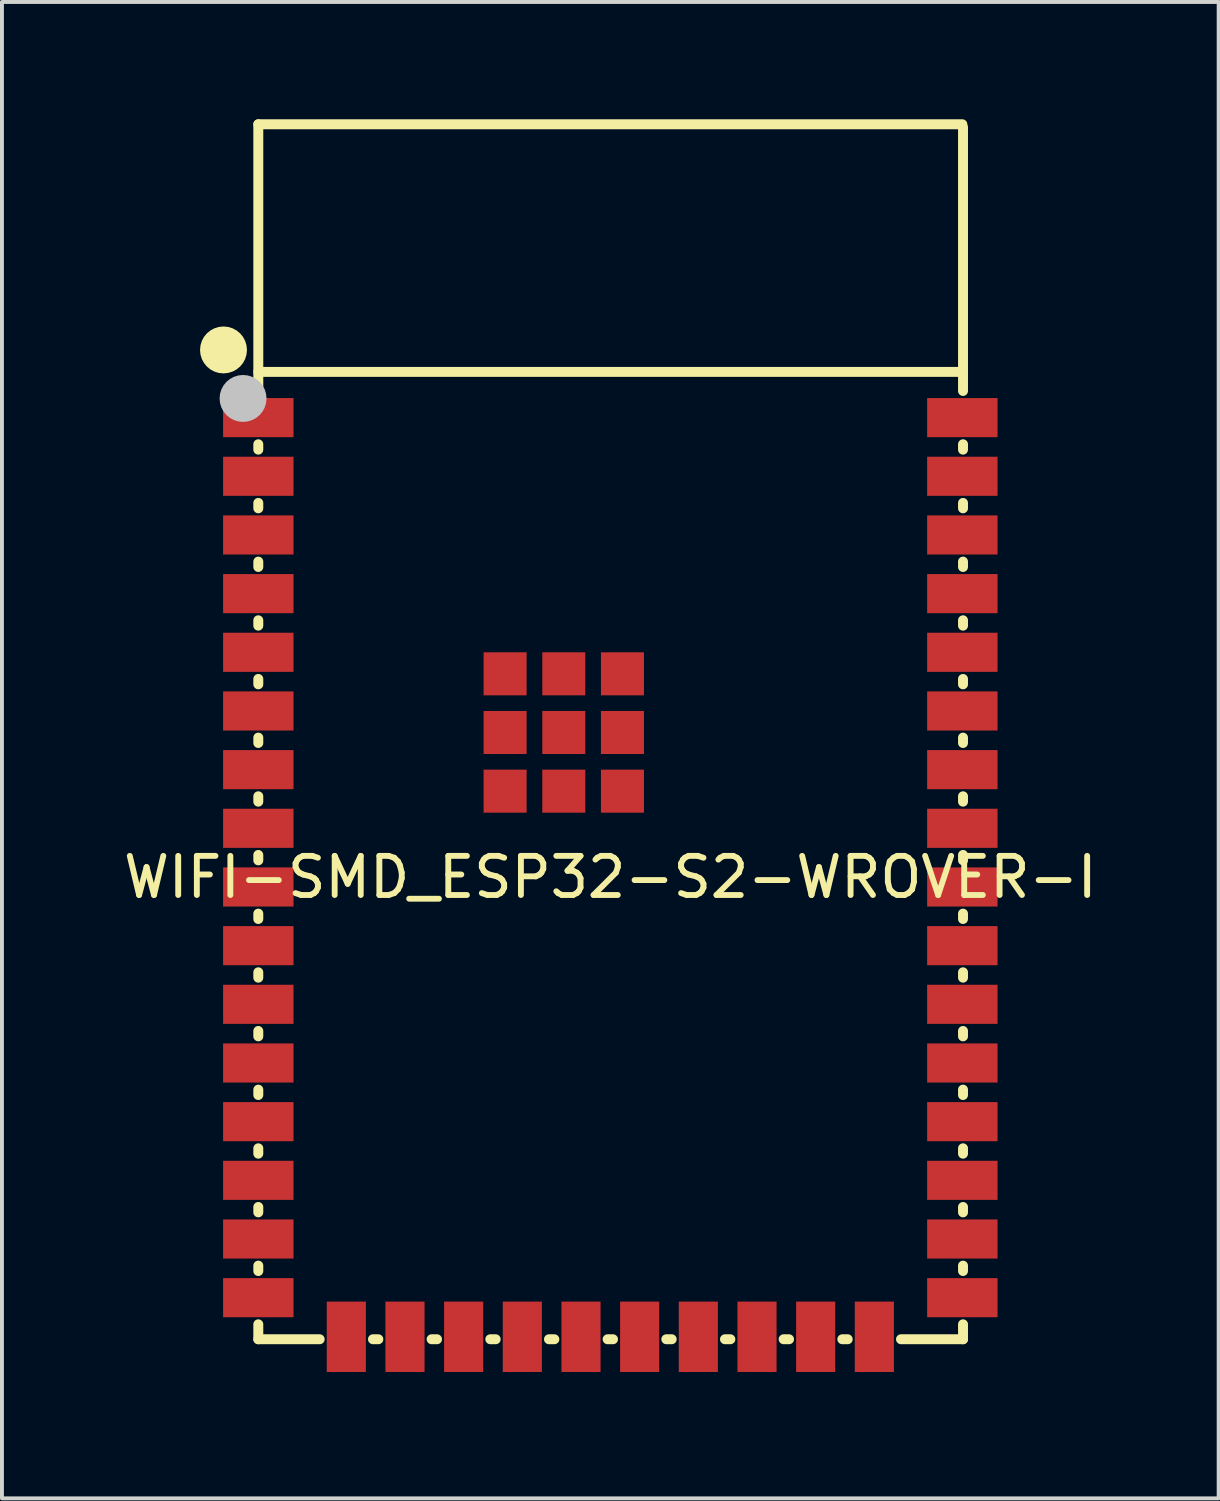
<source format=kicad_pcb>
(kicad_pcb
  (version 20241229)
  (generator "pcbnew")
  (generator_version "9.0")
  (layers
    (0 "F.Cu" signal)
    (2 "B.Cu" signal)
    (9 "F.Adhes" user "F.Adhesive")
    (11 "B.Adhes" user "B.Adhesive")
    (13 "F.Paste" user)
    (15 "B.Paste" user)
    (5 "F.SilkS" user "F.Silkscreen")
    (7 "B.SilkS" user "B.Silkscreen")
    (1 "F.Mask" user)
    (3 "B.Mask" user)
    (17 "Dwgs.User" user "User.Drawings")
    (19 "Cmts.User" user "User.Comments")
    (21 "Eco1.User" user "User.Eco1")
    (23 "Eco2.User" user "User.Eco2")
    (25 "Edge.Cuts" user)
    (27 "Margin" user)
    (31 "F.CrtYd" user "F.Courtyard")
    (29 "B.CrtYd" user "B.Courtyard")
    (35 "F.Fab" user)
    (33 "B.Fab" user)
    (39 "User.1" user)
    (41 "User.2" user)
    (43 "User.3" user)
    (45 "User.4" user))
  (footprint "WIFI-SMD_ESP32-S2-WROVER-I"
    (layer "F.Cu")
    (at 12.554 19.377)
    (property "Reference" "WIFI-SMD_ESP32-S2-WROVER-I" (at 0 0 0) (layer "F.SilkS") (effects (font (size 1 1) (thickness 0.15))))
    (fp_line (start -9 -19.25) (end -9 -12.431) (stroke (width 0.254) (type default)) (layer "F.SilkS"))
    (fp_line (start -9 -12.918) (end 9.017 -12.918) (stroke (width 0.254) (type default)) (layer "F.SilkS"))
    (fp_line (start -9 -11.069) (end -9 -10.931) (stroke (width 0.254) (type default)) (layer "F.SilkS"))
    (fp_line (start -9 -9.569) (end -9 -9.431) (stroke (width 0.254) (type default)) (layer "F.SilkS"))
    (fp_line (start -9 -8.069) (end -9 -7.931) (stroke (width 0.254) (type default)) (layer "F.SilkS"))
    (fp_line (start -9 -6.569) (end -9 -6.431) (stroke (width 0.254) (type default)) (layer "F.SilkS"))
    (fp_line (start -9 -5.069) (end -9 -4.931) (stroke (width 0.254) (type default)) (layer "F.SilkS"))
    (fp_line (start -9 -3.569) (end -9 -3.431) (stroke (width 0.254) (type default)) (layer "F.SilkS"))
    (fp_line (start -9 -2.069) (end -9 -1.931) (stroke (width 0.254) (type default)) (layer "F.SilkS"))
    (fp_line (start -9 -0.569) (end -9 -0.431) (stroke (width 0.254) (type default)) (layer "F.SilkS"))
    (fp_line (start -9 0.931) (end -9 1.069) (stroke (width 0.254) (type default)) (layer "F.SilkS"))
    (fp_line (start -9 2.431) (end -9 2.569) (stroke (width 0.254) (type default)) (layer "F.SilkS"))
    (fp_line (start -9 3.931) (end -9 4.069) (stroke (width 0.254) (type default)) (layer "F.SilkS"))
    (fp_line (start -9 5.431) (end -9 5.569) (stroke (width 0.254) (type default)) (layer "F.SilkS"))
    (fp_line (start -9 6.931) (end -9 7.069) (stroke (width 0.254) (type default)) (layer "F.SilkS"))
    (fp_line (start -9 8.431) (end -9 8.569) (stroke (width 0.254) (type default)) (layer "F.SilkS"))
    (fp_line (start -9 9.931) (end -9 10.069) (stroke (width 0.254) (type default)) (layer "F.SilkS"))
    (fp_line (start -9 11.431) (end -9 11.813) (stroke (width 0.254) (type default)) (layer "F.SilkS"))
    (fp_line (start -9 11.813) (end -7.431 11.813) (stroke (width 0.254) (type default)) (layer "F.SilkS"))
    (fp_line (start -6.069 11.813) (end -5.931 11.813) (stroke (width 0.254) (type default)) (layer "F.SilkS"))
    (fp_line (start -4.569 11.813) (end -4.431 11.813) (stroke (width 0.254) (type default)) (layer "F.SilkS"))
    (fp_line (start -3.069 11.813) (end -2.931 11.813) (stroke (width 0.254) (type default)) (layer "F.SilkS"))
    (fp_line (start -1.569 11.813) (end -1.431 11.813) (stroke (width 0.254) (type default)) (layer "F.SilkS"))
    (fp_line (start -0.069 11.813) (end 0.069 11.813) (stroke (width 0.254) (type default)) (layer "F.SilkS"))
    (fp_line (start 1.431 11.813) (end 1.569 11.813) (stroke (width 0.254) (type default)) (layer "F.SilkS"))
    (fp_line (start 2.931 11.813) (end 3.069 11.813) (stroke (width 0.254) (type default)) (layer "F.SilkS"))
    (fp_line (start 4.431 11.813) (end 4.569 11.813) (stroke (width 0.254) (type default)) (layer "F.SilkS"))
    (fp_line (start 5.931 11.813) (end 6.069 11.813) (stroke (width 0.254) (type default)) (layer "F.SilkS"))
    (fp_line (start 7.431 11.813) (end 9.017 11.813) (stroke (width 0.254) (type default)) (layer "F.SilkS"))
    (fp_line (start 9 -19.25) (end -9 -19.25) (stroke (width 0.254) (type default)) (layer "F.SilkS"))
    (fp_line (start 9.017 -12.431) (end 9.017 -19.175) (stroke (width 0.254) (type default)) (layer "F.SilkS"))
    (fp_line (start 9.017 -10.931) (end 9.017 -11.069) (stroke (width 0.254) (type default)) (layer "F.SilkS"))
    (fp_line (start 9.017 -9.431) (end 9.017 -9.569) (stroke (width 0.254) (type default)) (layer "F.SilkS"))
    (fp_line (start 9.017 -7.931) (end 9.017 -8.069) (stroke (width 0.254) (type default)) (layer "F.SilkS"))
    (fp_line (start 9.017 -6.431) (end 9.017 -6.569) (stroke (width 0.254) (type default)) (layer "F.SilkS"))
    (fp_line (start 9.017 -4.931) (end 9.017 -5.069) (stroke (width 0.254) (type default)) (layer "F.SilkS"))
    (fp_line (start 9.017 -3.431) (end 9.017 -3.569) (stroke (width 0.254) (type default)) (layer "F.SilkS"))
    (fp_line (start 9.017 -1.931) (end 9.017 -2.069) (stroke (width 0.254) (type default)) (layer "F.SilkS"))
    (fp_line (start 9.017 -0.431) (end 9.017 -0.569) (stroke (width 0.254) (type default)) (layer "F.SilkS"))
    (fp_line (start 9.017 1.069) (end 9.017 0.931) (stroke (width 0.254) (type default)) (layer "F.SilkS"))
    (fp_line (start 9.017 2.569) (end 9.017 2.431) (stroke (width 0.254) (type default)) (layer "F.SilkS"))
    (fp_line (start 9.017 4.069) (end 9.017 3.931) (stroke (width 0.254) (type default)) (layer "F.SilkS"))
    (fp_line (start 9.017 5.569) (end 9.017 5.431) (stroke (width 0.254) (type default)) (layer "F.SilkS"))
    (fp_line (start 9.017 7.069) (end 9.017 6.931) (stroke (width 0.254) (type default)) (layer "F.SilkS"))
    (fp_line (start 9.017 8.569) (end 9.017 8.431) (stroke (width 0.254) (type default)) (layer "F.SilkS"))
    (fp_line (start 9.017 10.069) (end 9.017 9.931) (stroke (width 0.254) (type default)) (layer "F.SilkS"))
    (fp_line (start 9.017 11.813) (end 9.017 11.431) (stroke (width 0.254) (type default)) (layer "F.SilkS"))
    (fp_circle (center -9.89 -13.48) (end -9.59 -13.48) (stroke (width 0.6) (type default)) (fill no) (layer "F.SilkS"))
    (fp_poly (pts (xy -3.24 -4.65) (xy -3.24 -5.75) (xy -2.14 -5.75) (xy -2.14 -4.65)) (stroke (width 0) (type default)) (fill yes) (layer "F.Paste"))
    (fp_poly (pts (xy -3.24 -3.15) (xy -3.24 -4.25) (xy -2.14 -4.25) (xy -2.14 -3.15)) (stroke (width 0) (type default)) (fill yes) (layer "F.Paste"))
    (fp_poly (pts (xy -3.24 -1.65) (xy -3.24 -2.75) (xy -2.14 -2.75) (xy -2.14 -1.65)) (stroke (width 0) (type default)) (fill yes) (layer "F.Paste"))
    (fp_poly (pts (xy -1.74 -4.65) (xy -1.74 -5.75) (xy -0.64 -5.75) (xy -0.64 -4.65)) (stroke (width 0) (type default)) (fill yes) (layer "F.Paste"))
    (fp_poly (pts (xy -1.74 -3.15) (xy -1.74 -4.25) (xy -0.64 -4.25) (xy -0.64 -3.15)) (stroke (width 0) (type default)) (fill yes) (layer "F.Paste"))
    (fp_poly (pts (xy -1.74 -1.65) (xy -1.74 -2.75) (xy -0.64 -2.75) (xy -0.64 -1.65)) (stroke (width 0) (type default)) (fill yes) (layer "F.Paste"))
    (fp_poly (pts (xy -0.24 -4.65) (xy -0.24 -5.75) (xy 0.86 -5.75) (xy 0.86 -4.65)) (stroke (width 0) (type default)) (fill yes) (layer "F.Paste"))
    (fp_poly (pts (xy -0.24 -3.15) (xy -0.24 -4.25) (xy 0.86 -4.25) (xy 0.86 -3.15)) (stroke (width 0) (type default)) (fill yes) (layer "F.Paste"))
    (fp_poly (pts (xy -0.24 -1.65) (xy -0.24 -2.75) (xy 0.86 -2.75) (xy 0.86 -1.65)) (stroke (width 0) (type default)) (fill yes) (layer "F.Paste"))
    (fp_poly (pts (xy -8.2 6.75) (xy -9.95 6.75) (xy -9.95 6.85) (xy -10.13 6.85) (xy -10.13 5.65) (xy -9.95 5.65) (xy -9.95 5.75) (xy -8.2 5.75)) (stroke (width 0) (type default)) (fill yes) (layer "F.Paste"))
    (fp_poly (pts (xy -8.2 8.25) (xy -9.95 8.25) (xy -9.95 8.35) (xy -10.13 8.35) (xy -10.13 7.15) (xy -9.95 7.15) (xy -9.95 7.25) (xy -8.2 7.25)) (stroke (width 0) (type default)) (fill yes) (layer "F.Paste"))
    (fp_poly (pts (xy -8.2 9.75) (xy -9.95 9.75) (xy -9.95 9.85) (xy -10.13 9.85) (xy -10.13 8.65) (xy -9.95 8.65) (xy -9.95 8.75) (xy -8.2 8.75)) (stroke (width 0) (type default)) (fill yes) (layer "F.Paste"))
    (fp_poly (pts (xy -8.2 -11.25) (xy -9.95 -11.25) (xy -9.95 -11.15) (xy -10.13 -11.15) (xy -10.13 -12.35) (xy -9.95 -12.35) (xy -9.95 -12.25) (xy -8.2 -12.25)) (stroke (width 0) (type default)) (fill yes) (layer "F.Paste"))
    (fp_poly (pts (xy -8.2 -9.75) (xy -9.95 -9.75) (xy -9.95 -9.65) (xy -10.13 -9.65) (xy -10.13 -10.85) (xy -9.95 -10.85) (xy -9.95 -10.75) (xy -8.2 -10.75)) (stroke (width 0) (type default)) (fill yes) (layer "F.Paste"))
    (fp_poly (pts (xy -8.2 -8.25) (xy -9.95 -8.25) (xy -9.95 -8.15) (xy -10.13 -8.15) (xy -10.13 -9.35) (xy -9.95 -9.35) (xy -9.95 -9.25) (xy -8.2 -9.25)) (stroke (width 0) (type default)) (fill yes) (layer "F.Paste"))
    (fp_poly (pts (xy -8.2 -6.75) (xy -9.95 -6.75) (xy -9.95 -6.65) (xy -10.13 -6.65) (xy -10.13 -7.85) (xy -9.95 -7.85) (xy -9.95 -7.75) (xy -8.2 -7.75)) (stroke (width 0) (type default)) (fill yes) (layer "F.Paste"))
    (fp_poly (pts (xy -8.2 -5.25) (xy -9.95 -5.25) (xy -9.95 -5.15) (xy -10.13 -5.15) (xy -10.13 -6.35) (xy -9.95 -6.35) (xy -9.95 -6.25) (xy -8.2 -6.25)) (stroke (width 0) (type default)) (fill yes) (layer "F.Paste"))
    (fp_poly (pts (xy -8.2 -3.75) (xy -9.95 -3.75) (xy -9.95 -3.65) (xy -10.13 -3.65) (xy -10.13 -4.85) (xy -9.95 -4.85) (xy -9.95 -4.75) (xy -8.2 -4.75)) (stroke (width 0) (type default)) (fill yes) (layer "F.Paste"))
    (fp_poly (pts (xy -8.2 -2.25) (xy -9.95 -2.25) (xy -9.95 -2.15) (xy -10.13 -2.15) (xy -10.13 -3.35) (xy -9.95 -3.35) (xy -9.95 -3.25) (xy -8.2 -3.25)) (stroke (width 0) (type default)) (fill yes) (layer "F.Paste"))
    (fp_poly (pts (xy -8.2 -0.75) (xy -9.95 -0.75) (xy -9.95 -0.65) (xy -10.13 -0.65) (xy -10.13 -1.85) (xy -9.95 -1.85) (xy -9.95 -1.75) (xy -8.2 -1.75)) (stroke (width 0) (type default)) (fill yes) (layer "F.Paste"))
    (fp_poly (pts (xy -8.2 0.75) (xy -9.95 0.75) (xy -9.95 0.85) (xy -10.13 0.85) (xy -10.13 -0.35) (xy -9.95 -0.35) (xy -9.95 -0.25) (xy -8.2 -0.25)) (stroke (width 0) (type default)) (fill yes) (layer "F.Paste"))
    (fp_poly (pts (xy -8.2 2.25) (xy -9.95 2.25) (xy -9.95 2.35) (xy -10.13 2.35) (xy -10.13 1.15) (xy -9.95 1.15) (xy -9.95 1.25) (xy -8.2 1.25)) (stroke (width 0) (type default)) (fill yes) (layer "F.Paste"))
    (fp_poly (pts (xy -8.2 3.75) (xy -9.95 3.75) (xy -9.95 3.85) (xy -10.13 3.85) (xy -10.13 2.65) (xy -9.95 2.65) (xy -9.95 2.75) (xy -8.2 2.75)) (stroke (width 0) (type default)) (fill yes) (layer "F.Paste"))
    (fp_poly (pts (xy -8.2 5.25) (xy -9.95 5.25) (xy -9.95 5.35) (xy -10.13 5.35) (xy -10.13 4.15) (xy -9.95 4.15) (xy -9.95 4.25) (xy -8.2 4.25)) (stroke (width 0) (type default)) (fill yes) (layer "F.Paste"))
    (fp_poly (pts (xy -8.2 11.25) (xy -9.95 11.25) (xy -9.95 11.35) (xy -10.13 11.35) (xy -10.13 10.15) (xy -9.95 10.15) (xy -9.95 10.25) (xy -8.2 10.25)) (stroke (width 0) (type default)) (fill yes) (layer "F.Paste"))
    (fp_poly (pts (xy -6.25 10.95) (xy -6.25 12.7) (xy -6.15 12.7) (xy -6.15 12.88) (xy -7.35 12.88) (xy -7.35 12.7) (xy -7.25 12.7) (xy -7.25 10.95)) (stroke (width 0) (type default)) (fill yes) (layer "F.Paste"))
    (fp_poly (pts (xy -4.75 10.95) (xy -4.75 12.7) (xy -4.65 12.7) (xy -4.65 12.88) (xy -5.85 12.88) (xy -5.85 12.7) (xy -5.75 12.7) (xy -5.75 10.95)) (stroke (width 0) (type default)) (fill yes) (layer "F.Paste"))
    (fp_poly (pts (xy -3.25 10.95) (xy -3.25 12.7) (xy -3.15 12.7) (xy -3.15 12.88) (xy -4.35 12.88) (xy -4.35 12.7) (xy -4.25 12.7) (xy -4.25 10.95)) (stroke (width 0) (type default)) (fill yes) (layer "F.Paste"))
    (fp_poly (pts (xy -1.75 10.95) (xy -1.75 12.7) (xy -1.65 12.7) (xy -1.65 12.88) (xy -2.85 12.88) (xy -2.85 12.7) (xy -2.75 12.7) (xy -2.75 10.95)) (stroke (width 0) (type default)) (fill yes) (layer "F.Paste"))
    (fp_poly (pts (xy -0.25 10.95) (xy -0.25 12.7) (xy -0.15 12.7) (xy -0.15 12.88) (xy -1.35 12.88) (xy -1.35 12.7) (xy -1.25 12.7) (xy -1.25 10.95)) (stroke (width 0) (type default)) (fill yes) (layer "F.Paste"))
    (fp_poly (pts (xy 1.25 10.95) (xy 1.25 12.7) (xy 1.35 12.7) (xy 1.35 12.88) (xy 0.15 12.88) (xy 0.15 12.7) (xy 0.25 12.7) (xy 0.25 10.95)) (stroke (width 0) (type default)) (fill yes) (layer "F.Paste"))
    (fp_poly (pts (xy 2.75 10.95) (xy 2.75 12.7) (xy 2.85 12.7) (xy 2.85 12.88) (xy 1.65 12.88) (xy 1.65 12.7) (xy 1.75 12.7) (xy 1.75 10.95)) (stroke (width 0) (type default)) (fill yes) (layer "F.Paste"))
    (fp_poly (pts (xy 4.25 10.95) (xy 4.25 12.7) (xy 4.35 12.7) (xy 4.35 12.88) (xy 3.15 12.88) (xy 3.15 12.7) (xy 3.25 12.7) (xy 3.25 10.95)) (stroke (width 0) (type default)) (fill yes) (layer "F.Paste"))
    (fp_poly (pts (xy 5.75 10.95) (xy 5.75 12.7) (xy 5.85 12.7) (xy 5.85 12.88) (xy 4.65 12.88) (xy 4.65 12.7) (xy 4.75 12.7) (xy 4.75 10.95)) (stroke (width 0) (type default)) (fill yes) (layer "F.Paste"))
    (fp_poly (pts (xy 7.25 10.95) (xy 7.25 12.7) (xy 7.35 12.7) (xy 7.35 12.88) (xy 6.15 12.88) (xy 6.15 12.7) (xy 6.25 12.7) (xy 6.25 10.95)) (stroke (width 0) (type default)) (fill yes) (layer "F.Paste"))
    (fp_poly (pts (xy 8.2 -12.25) (xy 9.95 -12.25) (xy 9.95 -12.35) (xy 10.13 -12.35) (xy 10.13 -11.15) (xy 9.95 -11.15) (xy 9.95 -11.25) (xy 8.2 -11.25)) (stroke (width 0) (type default)) (fill yes) (layer "F.Paste"))
    (fp_poly (pts (xy 8.2 -9.25) (xy 9.95 -9.25) (xy 9.95 -9.35) (xy 10.13 -9.35) (xy 10.13 -8.15) (xy 9.95 -8.15) (xy 9.95 -8.25) (xy 8.2 -8.25)) (stroke (width 0) (type default)) (fill yes) (layer "F.Paste"))
    (fp_poly (pts (xy 8.2 -7.75) (xy 9.95 -7.75) (xy 9.95 -7.85) (xy 10.13 -7.85) (xy 10.13 -6.65) (xy 9.95 -6.65) (xy 9.95 -6.75) (xy 8.2 -6.75)) (stroke (width 0) (type default)) (fill yes) (layer "F.Paste"))
    (fp_poly (pts (xy 8.2 -6.25) (xy 9.95 -6.25) (xy 9.95 -6.35) (xy 10.13 -6.35) (xy 10.13 -5.15) (xy 9.95 -5.15) (xy 9.95 -5.25) (xy 8.2 -5.25)) (stroke (width 0) (type default)) (fill yes) (layer "F.Paste"))
    (fp_poly (pts (xy 8.2 -4.75) (xy 9.95 -4.75) (xy 9.95 -4.85) (xy 10.13 -4.85) (xy 10.13 -3.65) (xy 9.95 -3.65) (xy 9.95 -3.75) (xy 8.2 -3.75)) (stroke (width 0) (type default)) (fill yes) (layer "F.Paste"))
    (fp_poly (pts (xy 8.2 -3.25) (xy 9.95 -3.25) (xy 9.95 -3.35) (xy 10.13 -3.35) (xy 10.13 -2.15) (xy 9.95 -2.15) (xy 9.95 -2.25) (xy 8.2 -2.25)) (stroke (width 0) (type default)) (fill yes) (layer "F.Paste"))
    (fp_poly (pts (xy 8.2 -1.75) (xy 9.95 -1.75) (xy 9.95 -1.85) (xy 10.13 -1.85) (xy 10.13 -0.65) (xy 9.95 -0.65) (xy 9.95 -0.75) (xy 8.2 -0.75)) (stroke (width 0) (type default)) (fill yes) (layer "F.Paste"))
    (fp_poly (pts (xy 8.2 -0.25) (xy 9.95 -0.25) (xy 9.95 -0.35) (xy 10.13 -0.35) (xy 10.13 0.85) (xy 9.95 0.85) (xy 9.95 0.75) (xy 8.2 0.75)) (stroke (width 0) (type default)) (fill yes) (layer "F.Paste"))
    (fp_poly (pts (xy 8.2 1.25) (xy 9.95 1.25) (xy 9.95 1.15) (xy 10.13 1.15) (xy 10.13 2.35) (xy 9.95 2.35) (xy 9.95 2.25) (xy 8.2 2.25)) (stroke (width 0) (type default)) (fill yes) (layer "F.Paste"))
    (fp_poly (pts (xy 8.2 2.75) (xy 9.95 2.75) (xy 9.95 2.65) (xy 10.13 2.65) (xy 10.13 3.85) (xy 9.95 3.85) (xy 9.95 3.75) (xy 8.2 3.75)) (stroke (width 0) (type default)) (fill yes) (layer "F.Paste"))
    (fp_poly (pts (xy 8.2 4.25) (xy 9.95 4.25) (xy 9.95 4.15) (xy 10.13 4.15) (xy 10.13 5.35) (xy 9.95 5.35) (xy 9.95 5.25) (xy 8.2 5.25)) (stroke (width 0) (type default)) (fill yes) (layer "F.Paste"))
    (fp_poly (pts (xy 8.2 5.75) (xy 9.95 5.75) (xy 9.95 5.65) (xy 10.13 5.65) (xy 10.13 6.85) (xy 9.95 6.85) (xy 9.95 6.75) (xy 8.2 6.75)) (stroke (width 0) (type default)) (fill yes) (layer "F.Paste"))
    (fp_poly (pts (xy 8.2 7.25) (xy 9.95 7.25) (xy 9.95 7.15) (xy 10.13 7.15) (xy 10.13 8.35) (xy 9.95 8.35) (xy 9.95 8.25) (xy 8.2 8.25)) (stroke (width 0) (type default)) (fill yes) (layer "F.Paste"))
    (fp_poly (pts (xy 8.2 8.75) (xy 9.95 8.75) (xy 9.95 8.65) (xy 10.13 8.65) (xy 10.13 9.85) (xy 9.95 9.85) (xy 9.95 9.75) (xy 8.2 9.75)) (stroke (width 0) (type default)) (fill yes) (layer "F.Paste"))
    (fp_poly (pts (xy 8.2 10.25) (xy 9.95 10.25) (xy 9.95 10.15) (xy 10.13 10.15) (xy 10.13 11.35) (xy 9.95 11.35) (xy 9.95 11.25) (xy 8.2 11.25)) (stroke (width 0) (type default)) (fill yes) (layer "F.Paste"))
    (fp_poly (pts (xy 8.2 -10.749) (xy 9.95 -10.749) (xy 9.95 -10.85) (xy 10.13 -10.85) (xy 10.13 -9.649) (xy 9.95 -9.649) (xy 9.95 -9.749) (xy 8.2 -9.749)) (stroke (width 0) (type default)) (fill yes) (layer "F.Paste"))
    (fp_circle (center -9.39 -12.24) (end -9.09 -12.24) (stroke (width 0.6) (type default)) (fill no) (layer "Dwgs.User"))
    (fp_poly (pts (xy -9 -12.175) (xy -8.1 -12.175) (xy -8.1 -11.325) (xy -9 -11.325)) (stroke (width 0.1) (type default)) (fill no) (layer "User.1"))
    (fp_poly (pts (xy -9 -10.675) (xy -8.1 -10.675) (xy -8.1 -9.825) (xy -9 -9.825)) (stroke (width 0.1) (type default)) (fill no) (layer "User.1"))
    (fp_poly (pts (xy -9 -9.175) (xy -8.1 -9.175) (xy -8.1 -8.325) (xy -9 -8.325)) (stroke (width 0.1) (type default)) (fill no) (layer "User.1"))
    (fp_poly (pts (xy -9 -7.675) (xy -8.1 -7.675) (xy -8.1 -6.825) (xy -9 -6.825)) (stroke (width 0.1) (type default)) (fill no) (layer "User.1"))
    (fp_poly (pts (xy -9 -6.175) (xy -8.1 -6.175) (xy -8.1 -5.325) (xy -9 -5.325)) (stroke (width 0.1) (type default)) (fill no) (layer "User.1"))
    (fp_poly (pts (xy -9 -4.675) (xy -8.1 -4.675) (xy -8.1 -3.825) (xy -9 -3.825)) (stroke (width 0.1) (type default)) (fill no) (layer "User.1"))
    (fp_poly (pts (xy -9 -3.175) (xy -8.1 -3.175) (xy -8.1 -2.325) (xy -9 -2.325)) (stroke (width 0.1) (type default)) (fill no) (layer "User.1"))
    (fp_poly (pts (xy -9 -1.675) (xy -8.1 -1.675) (xy -8.1 -0.825) (xy -9 -0.825)) (stroke (width 0.1) (type default)) (fill no) (layer "User.1"))
    (fp_poly (pts (xy -9 -0.175) (xy -8.1 -0.175) (xy -8.1 0.675) (xy -9 0.675)) (stroke (width 0.1) (type default)) (fill no) (layer "User.1"))
    (fp_poly (pts (xy -9 1.325) (xy -8.1 1.325) (xy -8.1 2.175) (xy -9 2.175)) (stroke (width 0.1) (type default)) (fill no) (layer "User.1"))
    (fp_poly (pts (xy -9 2.825) (xy -8.1 2.825) (xy -8.1 3.675) (xy -9 3.675)) (stroke (width 0.1) (type default)) (fill no) (layer "User.1"))
    (fp_poly (pts (xy -9 4.325) (xy -8.1 4.325) (xy -8.1 5.175) (xy -9 5.175)) (stroke (width 0.1) (type default)) (fill no) (layer "User.1"))
    (fp_poly (pts (xy -9 5.825) (xy -8.1 5.825) (xy -8.1 6.675) (xy -9 6.675)) (stroke (width 0.1) (type default)) (fill no) (layer "User.1"))
    (fp_poly (pts (xy -9 7.325) (xy -8.1 7.325) (xy -8.1 8.175) (xy -9 8.175)) (stroke (width 0.1) (type default)) (fill no) (layer "User.1"))
    (fp_poly (pts (xy -9 8.825) (xy -8.1 8.825) (xy -8.1 9.675) (xy -9 9.675)) (stroke (width 0.1) (type default)) (fill no) (layer "User.1"))
    (fp_poly (pts (xy -9 10.325) (xy -8.1 10.325) (xy -8.1 11.175) (xy -9 11.175)) (stroke (width 0.1) (type default)) (fill no) (layer "User.1"))
    (fp_poly (pts (xy -6.325 10.85) (xy -6.325 11.75) (xy -7.175 11.75) (xy -7.175 10.85)) (stroke (width 0.1) (type default)) (fill no) (layer "User.1"))
    (fp_poly (pts (xy -4.825 10.85) (xy -4.825 11.75) (xy -5.675 11.75) (xy -5.675 10.85)) (stroke (width 0.1) (type default)) (fill no) (layer "User.1"))
    (fp_poly (pts (xy -3.325 10.85) (xy -3.325 11.75) (xy -4.175 11.75) (xy -4.175 10.85)) (stroke (width 0.1) (type default)) (fill no) (layer "User.1"))
    (fp_poly (pts (xy -2.19 -5.7) (xy -2.19 -4.7) (xy -3.19 -4.7) (xy -3.19 -5.7)) (stroke (width 0.1) (type default)) (fill no) (layer "User.1"))
    (fp_poly (pts (xy -2.19 -4.2) (xy -2.19 -3.2) (xy -3.19 -3.2) (xy -3.19 -4.2)) (stroke (width 0.1) (type default)) (fill no) (layer "User.1"))
    (fp_poly (pts (xy -2.19 -2.7) (xy -2.19 -1.7) (xy -3.19 -1.7) (xy -3.19 -2.7)) (stroke (width 0.1) (type default)) (fill no) (layer "User.1"))
    (fp_poly (pts (xy -1.825 10.85) (xy -1.825 11.75) (xy -2.675 11.75) (xy -2.675 10.85)) (stroke (width 0.1) (type default)) (fill no) (layer "User.1"))
    (fp_poly (pts (xy -0.69 -5.7) (xy -0.69 -4.7) (xy -1.69 -4.7) (xy -1.69 -5.7)) (stroke (width 0.1) (type default)) (fill no) (layer "User.1"))
    (fp_poly (pts (xy -0.69 -4.2) (xy -0.69 -3.2) (xy -1.69 -3.2) (xy -1.69 -4.2)) (stroke (width 0.1) (type default)) (fill no) (layer "User.1"))
    (fp_poly (pts (xy -0.69 -2.7) (xy -0.69 -1.7) (xy -1.69 -1.7) (xy -1.69 -2.7)) (stroke (width 0.1) (type default)) (fill no) (layer "User.1"))
    (fp_poly (pts (xy -0.325 10.85) (xy -0.325 11.75) (xy -1.175 11.75) (xy -1.175 10.85)) (stroke (width 0.1) (type default)) (fill no) (layer "User.1"))
    (fp_poly (pts (xy 0.81 -5.7) (xy 0.81 -4.7) (xy -0.19 -4.7) (xy -0.19 -5.7)) (stroke (width 0.1) (type default)) (fill no) (layer "User.1"))
    (fp_poly (pts (xy 0.81 -4.2) (xy 0.81 -3.2) (xy -0.19 -3.2) (xy -0.19 -4.2)) (stroke (width 0.1) (type default)) (fill no) (layer "User.1"))
    (fp_poly (pts (xy 0.81 -2.7) (xy 0.81 -1.7) (xy -0.19 -1.7) (xy -0.19 -2.7)) (stroke (width 0.1) (type default)) (fill no) (layer "User.1"))
    (fp_poly (pts (xy 1.175 10.85) (xy 1.175 11.75) (xy 0.325 11.75) (xy 0.325 10.85)) (stroke (width 0.1) (type default)) (fill no) (layer "User.1"))
    (fp_poly (pts (xy 2.675 10.85) (xy 2.675 11.75) (xy 1.825 11.75) (xy 1.825 10.85)) (stroke (width 0.1) (type default)) (fill no) (layer "User.1"))
    (fp_poly (pts (xy 4.175 10.85) (xy 4.175 11.75) (xy 3.325 11.75) (xy 3.325 10.85)) (stroke (width 0.1) (type default)) (fill no) (layer "User.1"))
    (fp_poly (pts (xy 5.675 10.85) (xy 5.675 11.75) (xy 4.825 11.75) (xy 4.825 10.85)) (stroke (width 0.1) (type default)) (fill no) (layer "User.1"))
    (fp_poly (pts (xy 7.175 10.85) (xy 7.175 11.75) (xy 6.325 11.75) (xy 6.325 10.85)) (stroke (width 0.1) (type default)) (fill no) (layer "User.1"))
    (fp_poly (pts (xy 9 -11.325) (xy 8.1 -11.325) (xy 8.1 -12.175) (xy 9 -12.175)) (stroke (width 0.1) (type default)) (fill no) (layer "User.1"))
    (fp_poly (pts (xy 9 -9.825) (xy 8.1 -9.825) (xy 8.1 -10.675) (xy 9 -10.675)) (stroke (width 0.1) (type default)) (fill no) (layer "User.1"))
    (fp_poly (pts (xy 9 -8.325) (xy 8.1 -8.325) (xy 8.1 -9.175) (xy 9 -9.175)) (stroke (width 0.1) (type default)) (fill no) (layer "User.1"))
    (fp_poly (pts (xy 9 -6.825) (xy 8.1 -6.825) (xy 8.1 -7.675) (xy 9 -7.675)) (stroke (width 0.1) (type default)) (fill no) (layer "User.1"))
    (fp_poly (pts (xy 9 -5.325) (xy 8.1 -5.325) (xy 8.1 -6.175) (xy 9 -6.175)) (stroke (width 0.1) (type default)) (fill no) (layer "User.1"))
    (fp_poly (pts (xy 9 -3.825) (xy 8.1 -3.825) (xy 8.1 -4.675) (xy 9 -4.675)) (stroke (width 0.1) (type default)) (fill no) (layer "User.1"))
    (fp_poly (pts (xy 9 -2.325) (xy 8.1 -2.325) (xy 8.1 -3.175) (xy 9 -3.175)) (stroke (width 0.1) (type default)) (fill no) (layer "User.1"))
    (fp_poly (pts (xy 9 -0.825) (xy 8.1 -0.825) (xy 8.1 -1.675) (xy 9 -1.675)) (stroke (width 0.1) (type default)) (fill no) (layer "User.1"))
    (fp_poly (pts (xy 9 0.675) (xy 8.1 0.675) (xy 8.1 -0.175) (xy 9 -0.175)) (stroke (width 0.1) (type default)) (fill no) (layer "User.1"))
    (fp_poly (pts (xy 9 2.175) (xy 8.1 2.175) (xy 8.1 1.325) (xy 9 1.325)) (stroke (width 0.1) (type default)) (fill no) (layer "User.1"))
    (fp_poly (pts (xy 9 3.675) (xy 8.1 3.675) (xy 8.1 2.825) (xy 9 2.825)) (stroke (width 0.1) (type default)) (fill no) (layer "User.1"))
    (fp_poly (pts (xy 9 5.175) (xy 8.1 5.175) (xy 8.1 4.325) (xy 9 4.325)) (stroke (width 0.1) (type default)) (fill no) (layer "User.1"))
    (fp_poly (pts (xy 9 6.675) (xy 8.1 6.675) (xy 8.1 5.825) (xy 9 5.825)) (stroke (width 0.1) (type default)) (fill no) (layer "User.1"))
    (fp_poly (pts (xy 9 8.175) (xy 8.1 8.175) (xy 8.1 7.325) (xy 9 7.325)) (stroke (width 0.1) (type default)) (fill no) (layer "User.1"))
    (fp_poly (pts (xy 9 9.675) (xy 8.1 9.675) (xy 8.1 8.825) (xy 9 8.825)) (stroke (width 0.1) (type default)) (fill no) (layer "User.1"))
    (fp_poly (pts (xy 9 11.175) (xy 8.1 11.175) (xy 8.1 10.325) (xy 9 10.325)) (stroke (width 0.1) (type default)) (fill no) (layer "User.1"))
    (fp_line (start -9 -19.25) (end 9 -19.25) (stroke (width 0.051) (type default)) (layer "User.2"))
    (fp_line (start -9 11.75) (end -9 -19.25) (stroke (width 0.051) (type default)) (layer "User.2"))
    (fp_line (start 9 -19.25) (end 9 11.75) (stroke (width 0.051) (type default)) (layer "User.2"))
    (fp_line (start 9 11.75) (end -9 11.75) (stroke (width 0.051) (type default)) (layer "User.2"))
    (fp_poly (pts (xy -8.94 -19.25) (xy -8.958 -19.292) (xy -9 -19.31) (xy -9.042 -19.292) (xy -9.06 -19.25) (xy -9.042 -19.208) (xy -9 -19.19) (xy -8.958 -19.208)) (stroke (width 0.1) (type default)) (fill no) (layer "User.3"))
    (pad "1" smd rect (at -9 -11.75) (size 1.8 1) (layers "F.Cu" "F.Mask" "F.Paste"))
    (pad "2" smd rect (at -9 -10.25) (size 1.8 1) (layers "F.Cu" "F.Mask" "F.Paste"))
    (pad "3" smd rect (at -9 -8.75) (size 1.8 1) (layers "F.Cu" "F.Mask" "F.Paste"))
    (pad "4" smd rect (at -9 -7.25) (size 1.8 1) (layers "F.Cu" "F.Mask" "F.Paste"))
    (pad "5" smd rect (at -9 -5.75) (size 1.8 1) (layers "F.Cu" "F.Mask" "F.Paste"))
    (pad "6" smd rect (at -9 -4.25) (size 1.8 1) (layers "F.Cu" "F.Mask" "F.Paste"))
    (pad "7" smd rect (at -9 -2.75) (size 1.8 1) (layers "F.Cu" "F.Mask" "F.Paste"))
    (pad "8" smd rect (at -9 -1.25) (size 1.8 1) (layers "F.Cu" "F.Mask" "F.Paste"))
    (pad "9" smd rect (at -9 0.25) (size 1.8 1) (layers "F.Cu" "F.Mask" "F.Paste"))
    (pad "10" smd rect (at -9 1.75) (size 1.8 1) (layers "F.Cu" "F.Mask" "F.Paste"))
    (pad "11" smd rect (at -9 3.25) (size 1.8 1) (layers "F.Cu" "F.Mask" "F.Paste"))
    (pad "12" smd rect (at -9 4.75) (size 1.8 1) (layers "F.Cu" "F.Mask" "F.Paste"))
    (pad "13" smd rect (at -9 6.25) (size 1.8 1) (layers "F.Cu" "F.Mask" "F.Paste"))
    (pad "14" smd rect (at -9 7.75) (size 1.8 1) (layers "F.Cu" "F.Mask" "F.Paste"))
    (pad "15" smd rect (at -9 9.25) (size 1.8 1) (layers "F.Cu" "F.Mask" "F.Paste"))
    (pad "16" smd rect (at -9 10.75) (size 1.8 1) (layers "F.Cu" "F.Mask" "F.Paste"))
    (pad "17" smd rect (at -6.75 11.75) (size 1 1.8) (layers "F.Cu" "F.Mask" "F.Paste"))
    (pad "18" smd rect (at -5.25 11.75) (size 1 1.8) (layers "F.Cu" "F.Mask" "F.Paste"))
    (pad "19" smd rect (at -3.75 11.75) (size 1 1.8) (layers "F.Cu" "F.Mask" "F.Paste"))
    (pad "20" smd rect (at -2.25 11.75) (size 1 1.8) (layers "F.Cu" "F.Mask" "F.Paste"))
    (pad "21" smd rect (at -0.75 11.75) (size 1 1.8) (layers "F.Cu" "F.Mask" "F.Paste"))
    (pad "22" smd rect (at 0.75 11.75) (size 1 1.8) (layers "F.Cu" "F.Mask" "F.Paste"))
    (pad "23" smd rect (at 2.25 11.75) (size 1 1.8) (layers "F.Cu" "F.Mask" "F.Paste"))
    (pad "24" smd rect (at 3.75 11.75) (size 1 1.8) (layers "F.Cu" "F.Mask" "F.Paste"))
    (pad "25" smd rect (at 5.25 11.75) (size 1 1.8) (layers "F.Cu" "F.Mask" "F.Paste"))
    (pad "26" smd rect (at 6.75 11.75) (size 1 1.8) (layers "F.Cu" "F.Mask" "F.Paste"))
    (pad "27" smd rect (at 9 10.75) (size 1.8 1) (layers "F.Cu" "F.Mask" "F.Paste"))
    (pad "28" smd rect (at 9 9.25) (size 1.8 1) (layers "F.Cu" "F.Mask" "F.Paste"))
    (pad "29" smd rect (at 9 7.75) (size 1.8 1) (layers "F.Cu" "F.Mask" "F.Paste"))
    (pad "30" smd rect (at 9 6.25) (size 1.8 1) (layers "F.Cu" "F.Mask" "F.Paste"))
    (pad "31" smd rect (at 9 4.75) (size 1.8 1) (layers "F.Cu" "F.Mask" "F.Paste"))
    (pad "32" smd rect (at 9 3.25) (size 1.8 1) (layers "F.Cu" "F.Mask" "F.Paste"))
    (pad "33" smd rect (at 9 1.75) (size 1.8 1) (layers "F.Cu" "F.Mask" "F.Paste"))
    (pad "34" smd rect (at 9 0.25) (size 1.8 1) (layers "F.Cu" "F.Mask" "F.Paste"))
    (pad "35" smd rect (at 9 -1.25) (size 1.8 1) (layers "F.Cu" "F.Mask" "F.Paste"))
    (pad "36" smd rect (at 9 -2.75) (size 1.8 1) (layers "F.Cu" "F.Mask" "F.Paste"))
    (pad "37" smd rect (at 9 -4.25) (size 1.8 1) (layers "F.Cu" "F.Mask" "F.Paste"))
    (pad "38" smd rect (at 9 -5.75) (size 1.8 1) (layers "F.Cu" "F.Mask" "F.Paste"))
    (pad "39" smd rect (at 9 -7.25) (size 1.8 1) (layers "F.Cu" "F.Mask" "F.Paste"))
    (pad "40" smd rect (at 9 -8.75) (size 1.8 1) (layers "F.Cu" "F.Mask" "F.Paste"))
    (pad "41" smd rect (at 9 -10.25) (size 1.8 1) (layers "F.Cu" "F.Mask" "F.Paste"))
    (pad "42" smd rect (at 9 -11.75) (size 1.8 1) (layers "F.Cu" "F.Mask" "F.Paste"))
    (pad "43" smd rect (at -2.69 -5.2 90) (size 1.1 1.1) (layers "F.Cu" "F.Mask" "F.Paste"))
    (pad "43" smd rect (at -2.69 -3.7 90) (size 1.1 1.1) (layers "F.Cu" "F.Mask" "F.Paste"))
    (pad "43" smd rect (at -2.69 -2.2 90) (size 1.1 1.1) (layers "F.Cu" "F.Mask" "F.Paste"))
    (pad "43" smd rect (at -1.19 -5.2 90) (size 1.1 1.1) (layers "F.Cu" "F.Mask" "F.Paste"))
    (pad "43" smd rect (at -1.19 -3.7 90) (size 1.1 1.1) (layers "F.Cu" "F.Mask" "F.Paste"))
    (pad "43" smd rect (at -1.19 -2.2 90) (size 1.1 1.1) (layers "F.Cu" "F.Mask" "F.Paste"))
    (pad "43" smd rect (at 0.31 -5.2 90) (size 1.1 1.1) (layers "F.Cu" "F.Mask" "F.Paste"))
    (pad "43" smd rect (at 0.31 -3.7 90) (size 1.1 1.1) (layers "F.Cu" "F.Mask" "F.Paste"))
    (pad "43" smd rect (at 0.31 -2.2 90) (size 1.1 1.1) (layers "F.Cu" "F.Mask" "F.Paste")))
  (gr_rect
    (start -3 -3)
    (end 28.107 35.258)
    (stroke (width 0.1) (type default))
    (fill no)
    (layer "Edge.Cuts")))
</source>
